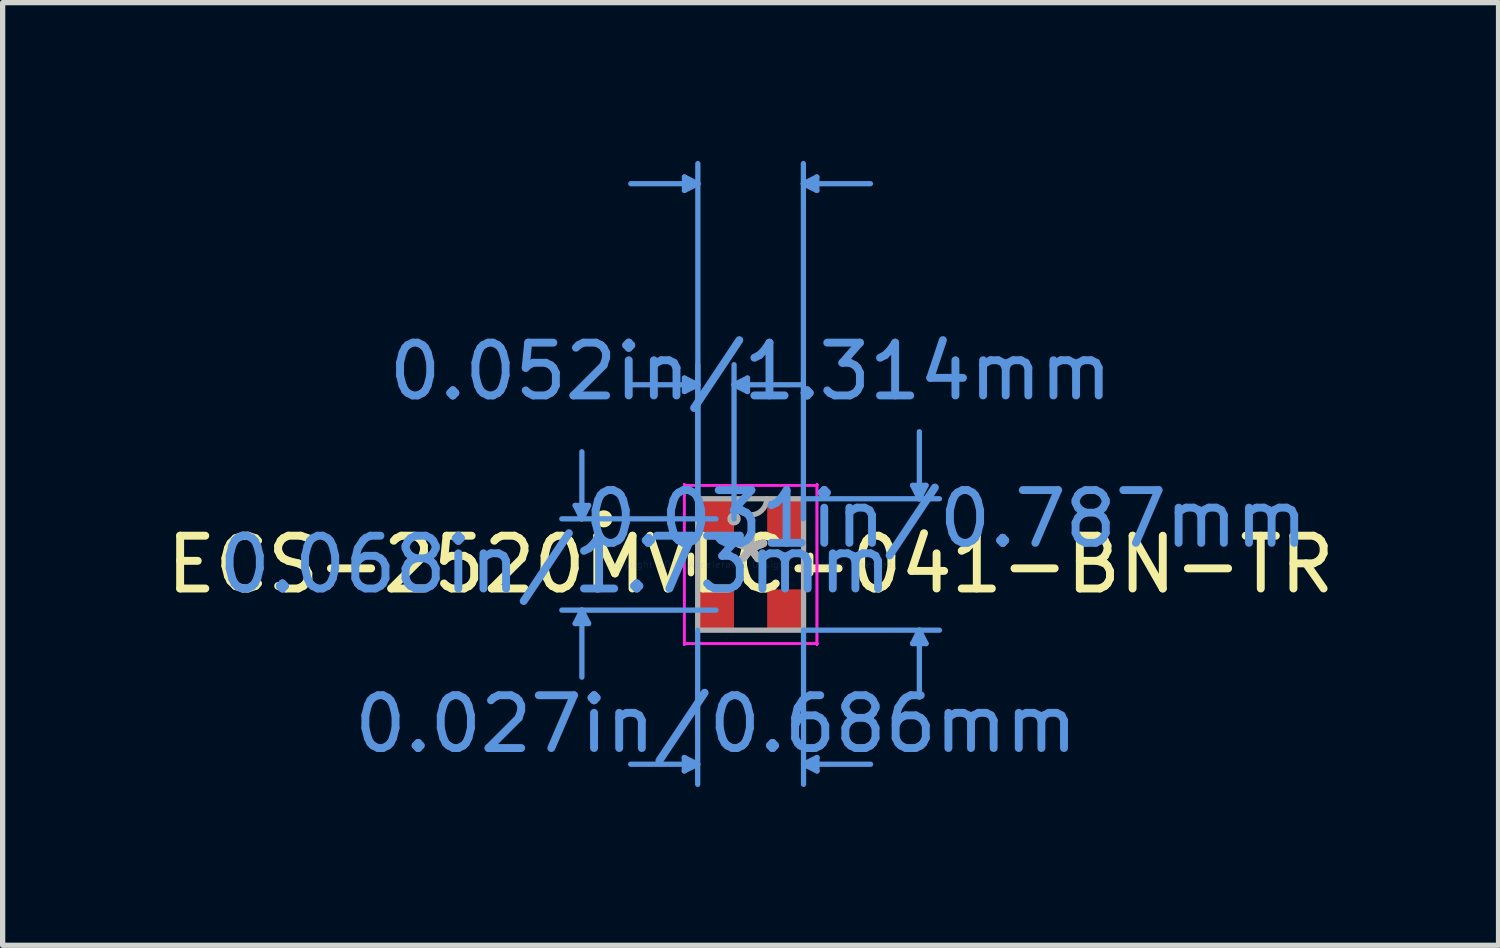
<source format=kicad_pcb>
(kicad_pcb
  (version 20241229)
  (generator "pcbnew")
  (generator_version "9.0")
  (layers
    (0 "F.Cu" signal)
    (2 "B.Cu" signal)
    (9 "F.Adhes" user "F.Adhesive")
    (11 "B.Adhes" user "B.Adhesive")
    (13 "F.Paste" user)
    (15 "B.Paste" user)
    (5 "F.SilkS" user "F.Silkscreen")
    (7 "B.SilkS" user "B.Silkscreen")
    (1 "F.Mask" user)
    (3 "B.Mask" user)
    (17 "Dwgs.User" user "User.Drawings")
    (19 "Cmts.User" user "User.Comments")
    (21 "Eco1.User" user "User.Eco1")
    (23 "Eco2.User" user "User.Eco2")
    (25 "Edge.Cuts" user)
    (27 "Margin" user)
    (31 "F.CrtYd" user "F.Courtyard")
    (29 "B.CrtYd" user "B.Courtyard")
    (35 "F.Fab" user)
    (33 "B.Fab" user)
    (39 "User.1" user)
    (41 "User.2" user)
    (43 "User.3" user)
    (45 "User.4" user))
  (footprint "ECS-2520MVLC-041-BN-TR"
    (layer "F.Cu")
    (at 11.173 7.646)
    (property "Reference" "ECS-2520MVLC-041-BN-TR" (at 0 0 0) (layer "F.SilkS") (effects (font (size 1 1) (thickness 0.15))))
    (attr through_hole)
    (fp_line (start -1.13 -0.165) (end -1.13 0.165) (stroke (width 0.12) (type solid)) (layer "F.SilkS"))
    (fp_line (start 1.13 0.165) (end 1.13 -0.165) (stroke (width 0.12) (type solid)) (layer "F.SilkS"))
    (fp_circle (center -2.781 -0.865) (end -2.679 -0.865) (stroke (width 0.12) (type solid)) (fill no) (layer "F.SilkS"))
    (fp_line (start -3.324 -1.119) (end -3.07 -1.119) (stroke (width 0.1) (type solid)) (layer "Cmts.User"))
    (fp_line (start -3.324 1.119) (end -3.07 1.119) (stroke (width 0.1) (type solid)) (layer "Cmts.User"))
    (fp_line (start -3.197 -0.865) (end -3.324 -1.119) (stroke (width 0.1) (type solid)) (layer "Cmts.User"))
    (fp_line (start -3.197 -0.865) (end -3.197 -2.135) (stroke (width 0.1) (type solid)) (layer "Cmts.User"))
    (fp_line (start -3.197 -0.865) (end -3.07 -1.119) (stroke (width 0.1) (type solid)) (layer "Cmts.User"))
    (fp_line (start -3.197 0.865) (end -3.324 1.119) (stroke (width 0.1) (type solid)) (layer "Cmts.User"))
    (fp_line (start -3.197 0.865) (end -3.197 2.135) (stroke (width 0.1) (type solid)) (layer "Cmts.User"))
    (fp_line (start -3.197 0.865) (end -3.07 1.119) (stroke (width 0.1) (type solid)) (layer "Cmts.User"))
    (fp_line (start -1.257 3.658) (end -1.257 3.912) (stroke (width 0.1) (type solid)) (layer "Cmts.User"))
    (fp_line (start -1.254 -7.342) (end -1.254 -7.088) (stroke (width 0.1) (type solid)) (layer "Cmts.User"))
    (fp_line (start -1.254 -3.532) (end -1.254 -3.278) (stroke (width 0.1) (type solid)) (layer "Cmts.User"))
    (fp_line (start -1.003 1.245) (end -1.003 4.166) (stroke (width 0.1) (type solid)) (layer "Cmts.User"))
    (fp_line (start -1.003 3.785) (end -2.273 3.785) (stroke (width 0.1) (type solid)) (layer "Cmts.User"))
    (fp_line (start -1.003 3.785) (end -1.257 3.658) (stroke (width 0.1) (type solid)) (layer "Cmts.User"))
    (fp_line (start -1.003 3.785) (end -1.257 3.912) (stroke (width 0.1) (type solid)) (layer "Cmts.User"))
    (fp_line (start -1 -7.215) (end -2.27 -7.215) (stroke (width 0.1) (type solid)) (layer "Cmts.User"))
    (fp_line (start -1 -7.215) (end -1.254 -7.342) (stroke (width 0.1) (type solid)) (layer "Cmts.User"))
    (fp_line (start -1 -7.215) (end -1.254 -7.088) (stroke (width 0.1) (type solid)) (layer "Cmts.User"))
    (fp_line (start -1 -3.405) (end -2.27 -3.405) (stroke (width 0.1) (type solid)) (layer "Cmts.User"))
    (fp_line (start -1 -3.405) (end -1.254 -3.532) (stroke (width 0.1) (type solid)) (layer "Cmts.User"))
    (fp_line (start -1 -3.405) (end -1.254 -3.278) (stroke (width 0.1) (type solid)) (layer "Cmts.User"))
    (fp_line (start -1 -0.865) (end -1 -7.596) (stroke (width 0.1) (type solid)) (layer "Cmts.User"))
    (fp_line (start -1 -0.865) (end -1 -3.786) (stroke (width 0.1) (type solid)) (layer "Cmts.User"))
    (fp_line (start -0.657 -0.865) (end -3.578 -0.865) (stroke (width 0.1) (type solid)) (layer "Cmts.User"))
    (fp_line (start -0.657 0.865) (end -3.578 0.865) (stroke (width 0.1) (type solid)) (layer "Cmts.User"))
    (fp_line (start -0.314 -3.405) (end -0.06 -3.532) (stroke (width 0.1) (type solid)) (layer "Cmts.User"))
    (fp_line (start -0.314 -3.405) (end -0.06 -3.278) (stroke (width 0.1) (type solid)) (layer "Cmts.User"))
    (fp_line (start -0.314 -3.405) (end 0.956 -3.405) (stroke (width 0.1) (type solid)) (layer "Cmts.User"))
    (fp_line (start -0.314 -0.865) (end -0.314 -3.786) (stroke (width 0.1) (type solid)) (layer "Cmts.User"))
    (fp_line (start -0.06 -3.532) (end -0.06 -3.278) (stroke (width 0.1) (type solid)) (layer "Cmts.User"))
    (fp_line (start 1 -7.215) (end 1.254 -7.342) (stroke (width 0.1) (type solid)) (layer "Cmts.User"))
    (fp_line (start 1 -7.215) (end 1.254 -7.088) (stroke (width 0.1) (type solid)) (layer "Cmts.User"))
    (fp_line (start 1 -7.215) (end 2.27 -7.215) (stroke (width 0.1) (type solid)) (layer "Cmts.User"))
    (fp_line (start 1 -0.865) (end 1 -7.596) (stroke (width 0.1) (type solid)) (layer "Cmts.User"))
    (fp_line (start 1.003 -1.245) (end 3.578 -1.245) (stroke (width 0.1) (type solid)) (layer "Cmts.User"))
    (fp_line (start 1.003 1.245) (end 1.003 4.166) (stroke (width 0.1) (type solid)) (layer "Cmts.User"))
    (fp_line (start 1.003 1.245) (end 3.578 1.245) (stroke (width 0.1) (type solid)) (layer "Cmts.User"))
    (fp_line (start 1.003 3.785) (end 1.257 3.658) (stroke (width 0.1) (type solid)) (layer "Cmts.User"))
    (fp_line (start 1.003 3.785) (end 1.257 3.912) (stroke (width 0.1) (type solid)) (layer "Cmts.User"))
    (fp_line (start 1.003 3.785) (end 2.273 3.785) (stroke (width 0.1) (type solid)) (layer "Cmts.User"))
    (fp_line (start 1.254 -7.342) (end 1.254 -7.088) (stroke (width 0.1) (type solid)) (layer "Cmts.User"))
    (fp_line (start 1.257 3.658) (end 1.257 3.912) (stroke (width 0.1) (type solid)) (layer "Cmts.User"))
    (fp_line (start 3.07 -1.499) (end 3.324 -1.499) (stroke (width 0.1) (type solid)) (layer "Cmts.User"))
    (fp_line (start 3.07 1.499) (end 3.324 1.499) (stroke (width 0.1) (type solid)) (layer "Cmts.User"))
    (fp_line (start 3.197 -1.245) (end 3.07 -1.499) (stroke (width 0.1) (type solid)) (layer "Cmts.User"))
    (fp_line (start 3.197 -1.245) (end 3.197 -2.515) (stroke (width 0.1) (type solid)) (layer "Cmts.User"))
    (fp_line (start 3.197 -1.245) (end 3.324 -1.499) (stroke (width 0.1) (type solid)) (layer "Cmts.User"))
    (fp_line (start 3.197 1.245) (end 3.07 1.499) (stroke (width 0.1) (type solid)) (layer "Cmts.User"))
    (fp_line (start 3.197 1.245) (end 3.197 2.515) (stroke (width 0.1) (type solid)) (layer "Cmts.User"))
    (fp_line (start 3.197 1.245) (end 3.324 1.499) (stroke (width 0.1) (type solid)) (layer "Cmts.User"))
    (fp_line (start -1.257 -1.513) (end -1.257 -1.513) (stroke (width 0.05) (type solid)) (layer "F.CrtYd"))
    (fp_line (start -1.257 -1.513) (end -1.257 -1.513) (stroke (width 0.05) (type solid)) (layer "F.CrtYd"))
    (fp_line (start -1.257 -1.513) (end -1.257 -1.499) (stroke (width 0.05) (type solid)) (layer "F.CrtYd"))
    (fp_line (start -1.257 -1.513) (end -1.257 -1.499) (stroke (width 0.05) (type solid)) (layer "F.CrtYd"))
    (fp_line (start -1.257 -1.499) (end 1.257 -1.499) (stroke (width 0.05) (type solid)) (layer "F.CrtYd"))
    (fp_line (start -1.257 -1.499) (end 1.257 -1.499) (stroke (width 0.05) (type solid)) (layer "F.CrtYd"))
    (fp_line (start -1.257 1.499) (end -1.257 1.513) (stroke (width 0.05) (type solid)) (layer "F.CrtYd"))
    (fp_line (start -1.257 1.499) (end -1.257 1.513) (stroke (width 0.05) (type solid)) (layer "F.CrtYd"))
    (fp_line (start -1.257 1.513) (end -1.257 -1.513) (stroke (width 0.05) (type solid)) (layer "F.CrtYd"))
    (fp_line (start -1.257 1.513) (end -1.257 -1.513) (stroke (width 0.05) (type solid)) (layer "F.CrtYd"))
    (fp_line (start -1.257 1.513) (end -1.257 1.513) (stroke (width 0.05) (type solid)) (layer "F.CrtYd"))
    (fp_line (start -1.257 1.513) (end -1.257 1.513) (stroke (width 0.05) (type solid)) (layer "F.CrtYd"))
    (fp_line (start 1.257 -1.513) (end 1.257 -1.513) (stroke (width 0.05) (type solid)) (layer "F.CrtYd"))
    (fp_line (start 1.257 -1.513) (end 1.257 -1.513) (stroke (width 0.05) (type solid)) (layer "F.CrtYd"))
    (fp_line (start 1.257 -1.513) (end 1.257 1.513) (stroke (width 0.05) (type solid)) (layer "F.CrtYd"))
    (fp_line (start 1.257 -1.513) (end 1.257 1.513) (stroke (width 0.05) (type solid)) (layer "F.CrtYd"))
    (fp_line (start 1.257 -1.499) (end 1.257 -1.513) (stroke (width 0.05) (type solid)) (layer "F.CrtYd"))
    (fp_line (start 1.257 -1.499) (end 1.257 -1.513) (stroke (width 0.05) (type solid)) (layer "F.CrtYd"))
    (fp_line (start 1.257 1.499) (end -1.257 1.499) (stroke (width 0.05) (type solid)) (layer "F.CrtYd"))
    (fp_line (start 1.257 1.499) (end -1.257 1.499) (stroke (width 0.05) (type solid)) (layer "F.CrtYd"))
    (fp_line (start 1.257 1.513) (end 1.257 1.499) (stroke (width 0.05) (type solid)) (layer "F.CrtYd"))
    (fp_line (start 1.257 1.513) (end 1.257 1.499) (stroke (width 0.05) (type solid)) (layer "F.CrtYd"))
    (fp_line (start 1.257 1.513) (end 1.257 1.513) (stroke (width 0.05) (type solid)) (layer "F.CrtYd"))
    (fp_line (start 1.257 1.513) (end 1.257 1.513) (stroke (width 0.05) (type solid)) (layer "F.CrtYd"))
    (fp_line (start -1.003 -1.245) (end -1.003 1.245) (stroke (width 0.1) (type solid)) (layer "F.Fab"))
    (fp_line (start -1.003 1.245) (end 1.003 1.245) (stroke (width 0.1) (type solid)) (layer "F.Fab"))
    (fp_line (start 1.003 -1.245) (end -1.003 -1.245) (stroke (width 0.1) (type solid)) (layer "F.Fab"))
    (fp_line (start 1.003 1.245) (end 1.003 -1.245) (stroke (width 0.1) (type solid)) (layer "F.Fab"))
    (fp_arc (start 0.3048 -1.2446) (mid 0 -0.9398) (end -0.3048 -1.2446) (stroke (width 0.1) (type solid)) (layer "F.Fab"))
    (fp_circle (center -0.314 -0.865) (end -0.238 -0.865) (stroke (width 0.1) (type solid)) (fill no) (layer "F.Fab"))
    (fp_text user "*" (at 0 0 0) (layer "F.SilkS") (effects (font (size 1 1) (thickness 0.15))))
    (fp_text user "0.052in/1.314mm" (at 0 -3.658 0) (layer "Cmts.User") (effects (font (size 1 1) (thickness 0.15))))
    (fp_text user "0.031in/0.787mm" (at 3.705 -0.865 0) (layer "Cmts.User") (effects (font (size 1 1) (thickness 0.15))))
    (fp_text user "Copyright 2021 Accelerated Designs. All rights reserved." (at 0 0 0) (layer "Cmts.User") (effects (font (size 0.127 0.127) (thickness 0.002))))
    (fp_text user "0.027in/0.686mm" (at -0.657 3.023 0) (layer "Cmts.User") (effects (font (size 1 1) (thickness 0.15))))
    (fp_text user "0.068in/1.73mm" (at -3.705 0 0) (layer "Cmts.User") (effects (font (size 1 1) (thickness 0.15))))
    (fp_text user "*" (at 0 0 0) (layer "F.Fab") (effects (font (size 1 1) (thickness 0.15))))
    (pad "1" smd rect (at -0.657 -0.865) (size 0.686 0.787) (layers "F.Cu" "F.Mask" "F.Paste"))
    (pad "2" smd rect (at -0.657 0.865) (size 0.686 0.787) (layers "F.Cu" "F.Mask" "F.Paste"))
    (pad "3" smd rect (at 0.657 0.865) (size 0.686 0.787) (layers "F.Cu" "F.Mask" "F.Paste"))
    (pad "4" smd rect (at 0.657 -0.865) (size 0.686 0.787) (layers "F.Cu" "F.Mask" "F.Paste")))
  (gr_rect
    (start -3 -3)
    (end 25.345 14.862)
    (stroke (width 0.1) (type default))
    (fill no)
    (layer "Edge.Cuts")))
</source>
